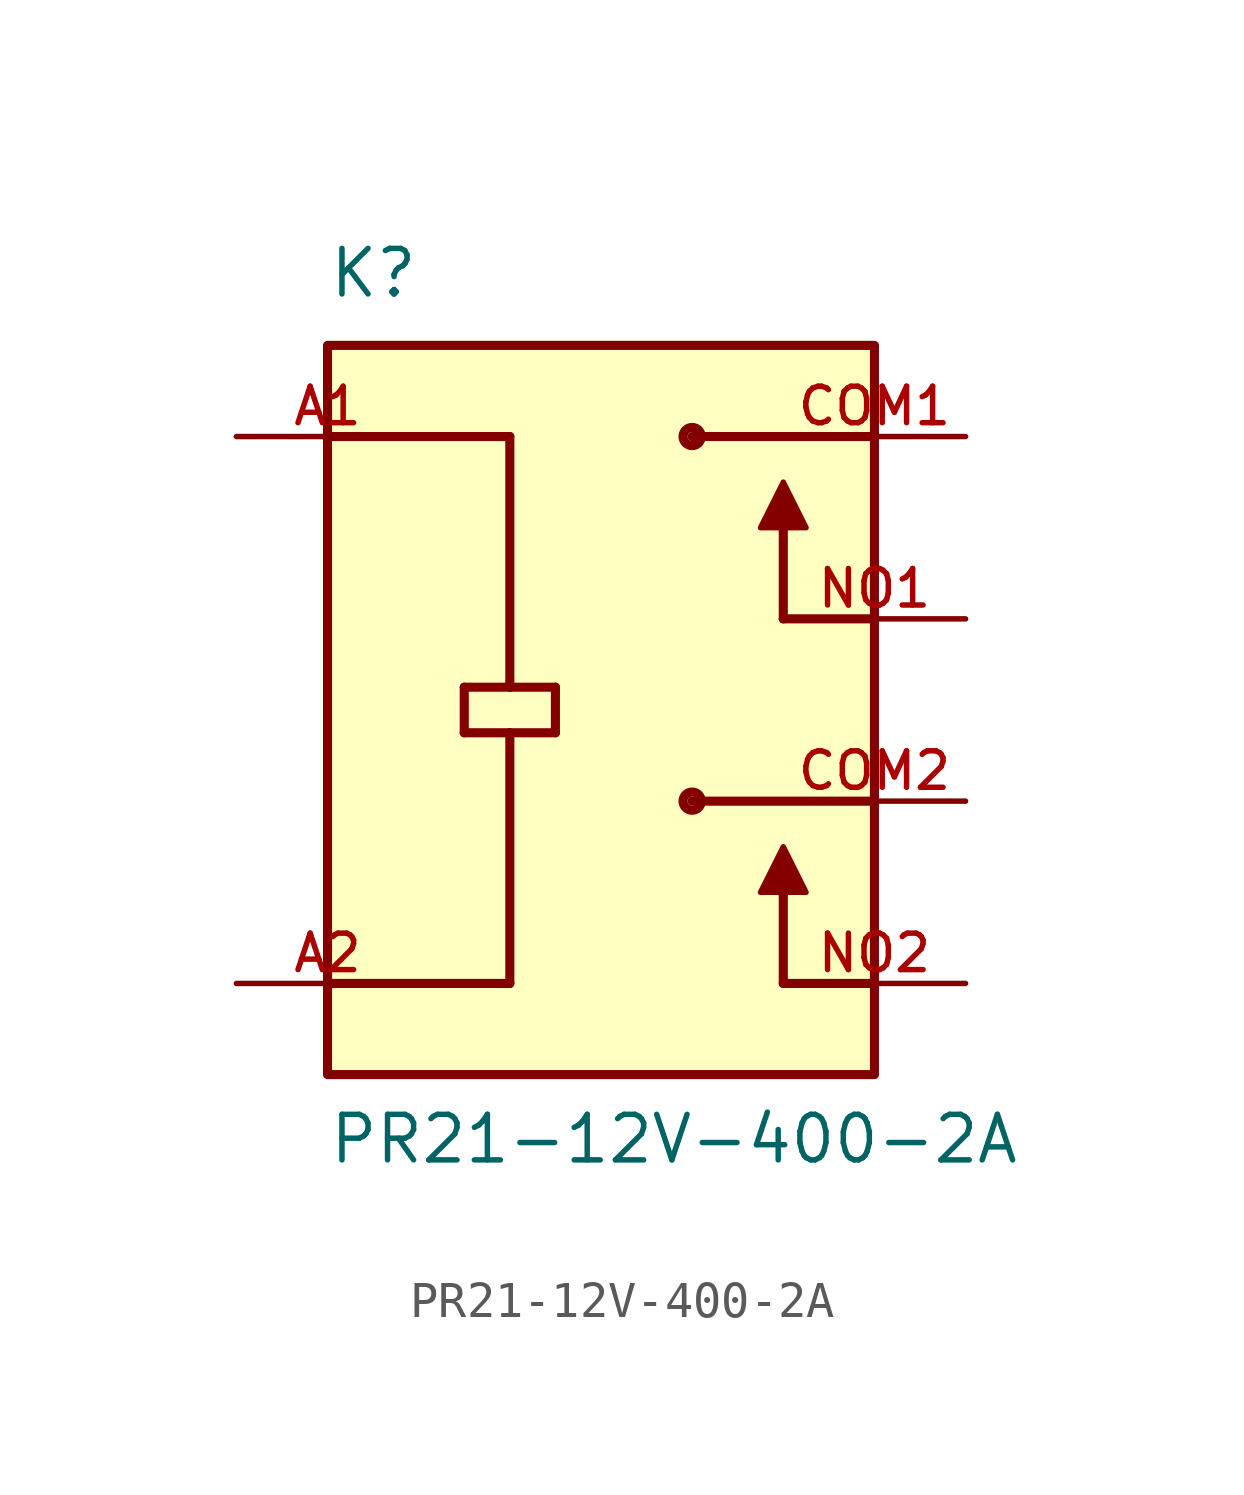
<source format=kicad_sym>
(kicad_symbol_lib
  (version 20211014)
  (generator kicad_symbol_editor)
  (symbol "PR21-12V-400-2A"
    (pin_names
      (offset 1.016))
    (property "Reference" "K"
      (at -7.62 11.43 0)
      (effects (font (size 1.27 1.27)) (justify bottom left)))
    (property "Value" "PR21-12V-400-2A"
      (at -7.62 -12.7 0)
      (effects (font (size 1.27 1.27)) (justify bottom left)))
    (symbol "PR21-12V-400-2A_0_0"
      (polyline (pts (xy 7.62 7.62) (xy 2.54 7.62)) (stroke (width 0.254)))
      (polyline (pts (xy 7.62 2.54) (xy 5.08 2.54)) (stroke (width 0.254)))
      (polyline (pts (xy 5.08 2.54) (xy 5.08 5.08)) (stroke (width 0.254)))
      (polyline (pts (xy 4.445 5.08) (xy 5.715 5.08) (xy 5.08 6.35) (xy 4.445 5.08)) (stroke (width 0.152)) (fill (type outline)))
      (circle (center 2.54 7.62) (radius 0.254) (stroke (width 0.254)) (fill (type none)))
      (polyline (pts (xy -7.62 7.62) (xy -2.54 7.62)) (stroke (width 0.254)))
      (polyline (pts (xy -3.81 0.635) (xy -2.54 0.635)) (stroke (width 0.254)))
      (polyline (pts (xy -2.54 0.635) (xy -1.27 0.635)) (stroke (width 0.254)))
      (polyline (pts (xy -1.27 0.635) (xy -1.27 -0.635)) (stroke (width 0.254)))
      (polyline (pts (xy -1.27 -0.635) (xy -2.54 -0.635)) (stroke (width 0.254)))
      (polyline (pts (xy -2.54 -0.635) (xy -3.81 -0.635)) (stroke (width 0.254)))
      (polyline (pts (xy -3.81 -0.635) (xy -3.81 0.635)) (stroke (width 0.254)))
      (polyline (pts (xy -7.62 -7.62) (xy -2.54 -7.62)) (stroke (width 0.254)))
      (polyline (pts (xy 7.62 -2.54) (xy 2.54 -2.54)) (stroke (width 0.254)))
      (polyline (pts (xy 7.62 -7.62) (xy 5.08 -7.62)) (stroke (width 0.254)))
      (polyline (pts (xy 5.08 -7.62) (xy 5.08 -5.08)) (stroke (width 0.254)))
      (polyline (pts (xy 4.445 -5.08) (xy 5.715 -5.08) (xy 5.08 -3.81) (xy 4.445 -5.08)) (stroke (width 0.152)) (fill (type outline)))
      (circle (center 2.54 -2.54) (radius 0.254) (stroke (width 0.254)) (fill (type none)))
      (polyline (pts (xy -2.54 7.62) (xy -2.54 0.635)) (stroke (width 0.254)))
      (polyline (pts (xy -2.54 -0.635) (xy -2.54 -7.62)) (stroke (width 0.254)))
      (rectangle (start -7.62 -10.16) (end 7.62 10.16) (stroke (width 0.254)) (fill (type background)))
      (pin passive line (at 10.16 7.62 180.0) (length 5.08) (name "~" (effects (font (size 1.016 1.016)))) (number "COM1" (effects (font (size 1.016 1.016)))))
      (pin passive line (at 10.16 2.54 180.0) (length 5.08) (name "~" (effects (font (size 1.016 1.016)))) (number "NO1" (effects (font (size 1.016 1.016)))))
      (pin passive line (at -10.16 7.62 0) (length 5.08) (name "~" (effects (font (size 1.016 1.016)))) (number "A1" (effects (font (size 1.016 1.016)))))
      (pin passive line (at -10.16 -7.62 0) (length 5.08) (name "~" (effects (font (size 1.016 1.016)))) (number "A2" (effects (font (size 1.016 1.016)))))
      (pin passive line (at 10.16 -2.54 180.0) (length 5.08) (name "~" (effects (font (size 1.016 1.016)))) (number "COM2" (effects (font (size 1.016 1.016)))))
      (pin passive line (at 10.16 -7.62 180.0) (length 5.08) (name "~" (effects (font (size 1.016 1.016)))) (number "NO2" (effects (font (size 1.016 1.016))))))))
</source>
